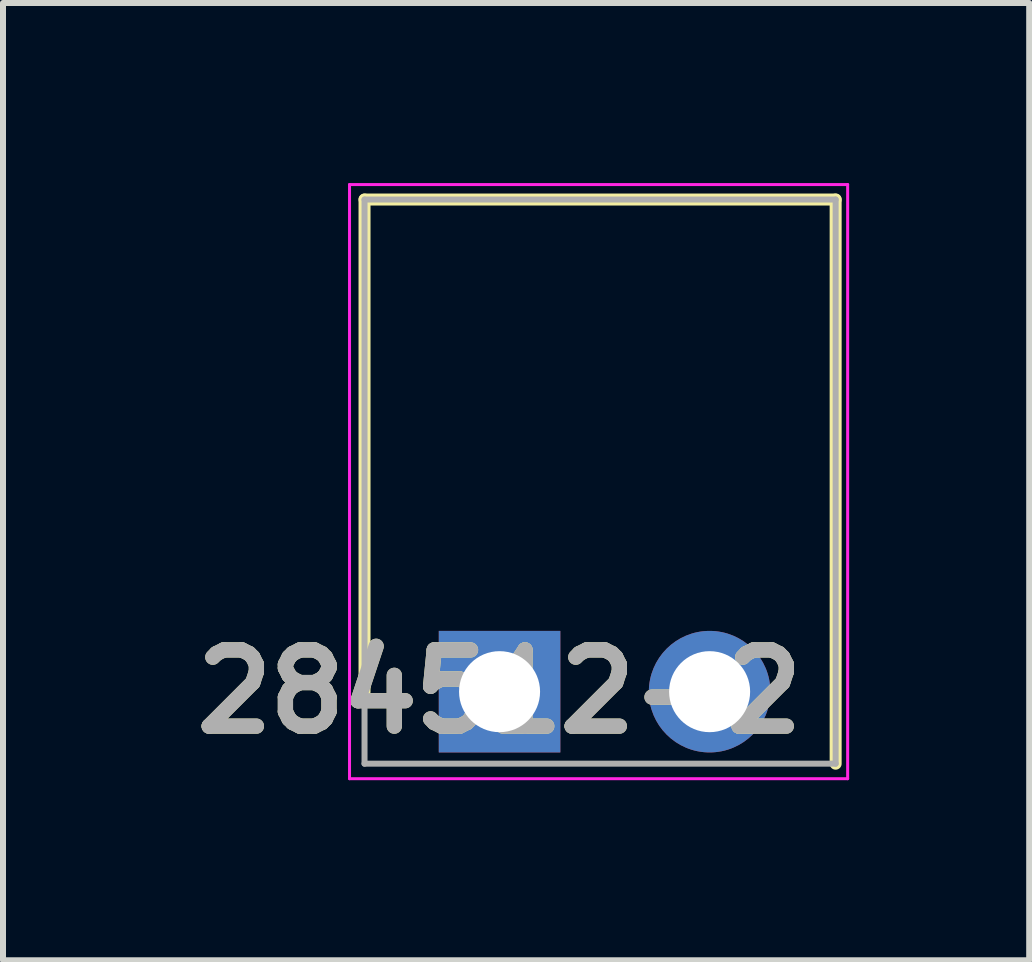
<source format=kicad_pcb>
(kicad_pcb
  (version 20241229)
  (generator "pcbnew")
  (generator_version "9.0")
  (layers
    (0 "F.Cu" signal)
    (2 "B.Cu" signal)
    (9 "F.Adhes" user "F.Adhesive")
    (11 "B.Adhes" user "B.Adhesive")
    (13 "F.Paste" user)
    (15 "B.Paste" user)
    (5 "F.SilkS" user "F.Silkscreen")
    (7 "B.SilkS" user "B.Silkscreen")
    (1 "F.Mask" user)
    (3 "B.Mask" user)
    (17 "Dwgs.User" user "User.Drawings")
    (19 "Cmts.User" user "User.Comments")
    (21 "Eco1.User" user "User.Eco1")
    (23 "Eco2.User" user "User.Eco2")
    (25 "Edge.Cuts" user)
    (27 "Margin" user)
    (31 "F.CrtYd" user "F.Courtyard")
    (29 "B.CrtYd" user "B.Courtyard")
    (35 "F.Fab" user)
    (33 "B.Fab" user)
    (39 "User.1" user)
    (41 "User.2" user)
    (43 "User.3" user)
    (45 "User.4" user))
  (footprint "284512-2"
    (layer "F.Cu")
    (at 5.274 8.475)
    (property "Reference" "284512-2" (at 0 0 0) (layer "F.SilkS") (effects (font (size 1.27 1.27) (thickness 0.254))))
    (attr through_hole)
    (fp_line (start -2.25 -8.2) (end 5.6 -8.2) (stroke (width 0.2) (type solid)) (layer "F.SilkS"))
    (fp_line (start -2.25 0) (end -2.25 -8.2) (stroke (width 0.2) (type solid)) (layer "F.SilkS"))
    (fp_line (start 5.6 -8.2) (end 5.6 1.2) (stroke (width 0.2) (type solid)) (layer "F.SilkS"))
    (fp_line (start -2.5 -8.45) (end -2.5 1.45) (stroke (width 0.05) (type solid)) (layer "F.CrtYd"))
    (fp_line (start -2.5 1.45) (end 5.8 1.45) (stroke (width 0.05) (type solid)) (layer "F.CrtYd"))
    (fp_line (start 5.8 -8.45) (end -2.5 -8.45) (stroke (width 0.05) (type solid)) (layer "F.CrtYd"))
    (fp_line (start 5.8 1.45) (end 5.8 -8.45) (stroke (width 0.05) (type solid)) (layer "F.CrtYd"))
    (fp_line (start -2.25 -8.2) (end 5.6 -8.2) (stroke (width 0.1) (type solid)) (layer "F.Fab"))
    (fp_line (start -2.25 1.2) (end -2.25 -8.2) (stroke (width 0.1) (type solid)) (layer "F.Fab"))
    (fp_line (start 5.6 -8.2) (end 5.6 1.2) (stroke (width 0.1) (type solid)) (layer "F.Fab"))
    (fp_line (start 5.6 1.2) (end -2.25 1.2) (stroke (width 0.1) (type solid)) (layer "F.Fab"))
    (fp_text user "${REFERENCE}" (at 0 0 0) (layer "F.Fab") (effects (font (size 1.27 1.27) (thickness 0.254))))
    (pad "1" thru_hole rect (at 0 0) (size 2.025 2.025) (drill 1.35) (layers "*.Cu" "*.Mask"))
    (pad "2" thru_hole circle (at 3.5 0) (size 2.025 2.025) (drill 1.35) (layers "*.Cu" "*.Mask")))
  (gr_rect
    (start -3 -3)
    (end 14.099 12.95)
    (stroke (width 0.1) (type default))
    (fill no)
    (layer "Edge.Cuts")))
</source>
